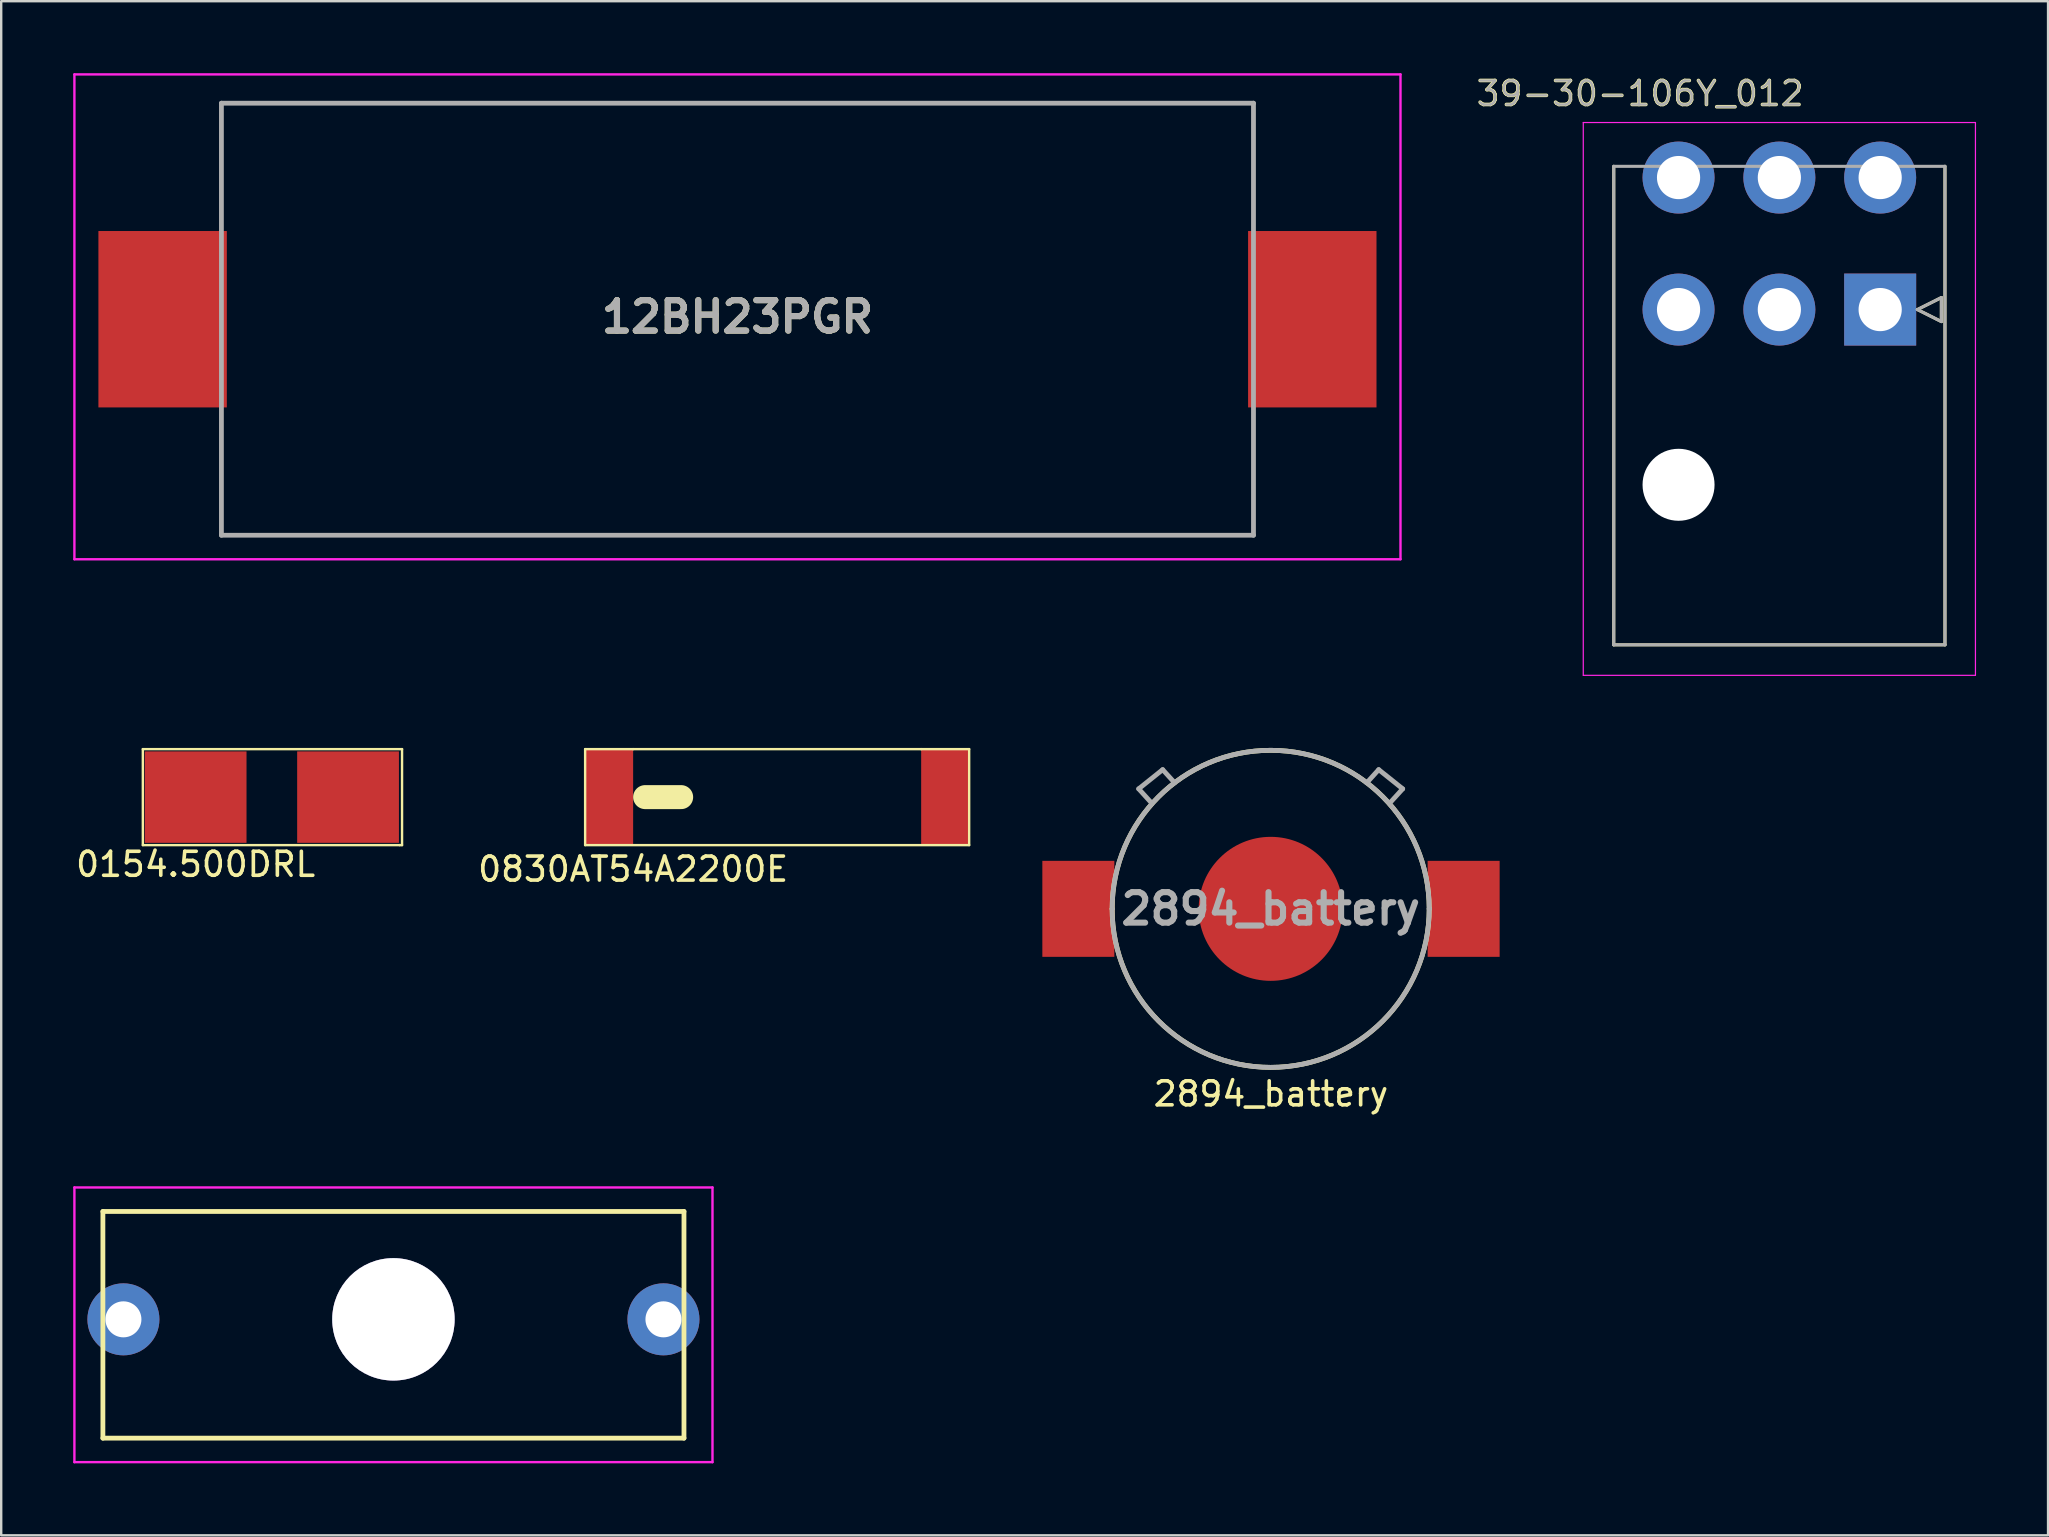
<source format=kicad_pcb>
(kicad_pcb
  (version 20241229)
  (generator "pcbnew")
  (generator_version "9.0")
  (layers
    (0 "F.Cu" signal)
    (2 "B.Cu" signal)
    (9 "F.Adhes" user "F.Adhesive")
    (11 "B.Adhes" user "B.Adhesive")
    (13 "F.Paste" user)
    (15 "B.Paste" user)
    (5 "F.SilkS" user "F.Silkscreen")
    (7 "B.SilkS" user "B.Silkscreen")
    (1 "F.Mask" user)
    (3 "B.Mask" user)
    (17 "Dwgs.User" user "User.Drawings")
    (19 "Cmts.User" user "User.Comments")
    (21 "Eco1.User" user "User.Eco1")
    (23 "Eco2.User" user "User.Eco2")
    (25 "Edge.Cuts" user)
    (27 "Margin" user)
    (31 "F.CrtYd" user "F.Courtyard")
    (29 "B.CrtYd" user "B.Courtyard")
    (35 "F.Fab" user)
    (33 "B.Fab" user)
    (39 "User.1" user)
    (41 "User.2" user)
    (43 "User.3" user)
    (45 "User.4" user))
  (footprint "39-30-106Y_012"
    (layer "F.Cu")
    (at 75.285 9.848)
    (property "Reference" "39-30-106Y_012" (at -10 -9 0) (layer "F.SilkS") (effects (font (size 1 1) (thickness 0.15))))
    (attr through_hole)
    (fp_line (start -11.1 13.968) (end -11.1 -5.968) (stroke (width 0.127) (type solid)) (layer "F.SilkS"))
    (fp_line (start 1.55 0) (end 2.55 -0.5) (stroke (width 0.127) (type solid)) (layer "F.SilkS"))
    (fp_line (start 2.55 -0.5) (end 2.55 0.5) (stroke (width 0.127) (type solid)) (layer "F.SilkS"))
    (fp_line (start 2.55 0.5) (end 1.55 0) (stroke (width 0.127) (type solid)) (layer "F.SilkS"))
    (fp_line (start 2.7 -5.968) (end 2.7 13.968) (stroke (width 0.127) (type solid)) (layer "F.SilkS"))
    (fp_line (start 2.7 13.968) (end -11.1 13.968) (stroke (width 0.127) (type solid)) (layer "F.SilkS"))
    (fp_line (start -12.37 -7.794) (end 3.97 -7.794) (stroke (width 0.05) (type solid)) (layer "F.CrtYd"))
    (fp_line (start -12.37 15.238) (end -12.37 -7.794) (stroke (width 0.05) (type solid)) (layer "F.CrtYd"))
    (fp_line (start 3.97 -7.794) (end 3.97 15.238) (stroke (width 0.05) (type solid)) (layer "F.CrtYd"))
    (fp_line (start 3.97 15.238) (end -12.37 15.238) (stroke (width 0.05) (type solid)) (layer "F.CrtYd"))
    (fp_line (start -11.1 -5.968) (end 2.7 -5.968) (stroke (width 0.127) (type solid)) (layer "F.Fab"))
    (fp_line (start -11.1 13.968) (end -11.1 -5.968) (stroke (width 0.127) (type solid)) (layer "F.Fab"))
    (fp_line (start 1.55 0) (end 2.55 -0.5) (stroke (width 0.127) (type solid)) (layer "F.Fab"))
    (fp_line (start 2.55 -0.5) (end 2.55 0.5) (stroke (width 0.127) (type solid)) (layer "F.Fab"))
    (fp_line (start 2.55 0.5) (end 1.55 0) (stroke (width 0.127) (type solid)) (layer "F.Fab"))
    (fp_line (start 2.7 -5.968) (end 2.7 13.968) (stroke (width 0.127) (type solid)) (layer "F.Fab"))
    (fp_line (start 2.7 13.968) (end -11.1 13.968) (stroke (width 0.127) (type solid)) (layer "F.Fab"))
    (fp_text user "${REFERENCE}" (at -10 -9 0) (layer "F.Fab") (effects (font (size 1 1) (thickness 0.1))))
    (pad "" np_thru_hole circle (at -8.4 7.3) (size 3 3) (drill 3) (layers "*.Cu"))
    (pad "" np_thru_hole circle (at 0 7.3) (size 0.001 0.001) (drill 3) (layers "*.Cu" "*.Mask"))
    (pad "1" thru_hole rect (at 0 0) (size 3 3) (drill 1.8) (layers "*.Cu" "*.Mask"))
    (pad "2" thru_hole circle (at -4.2 0) (size 3 3) (drill 1.8) (layers "*.Cu" "*.Mask"))
    (pad "3" thru_hole circle (at -8.4 0) (size 3 3) (drill 1.8) (layers "*.Cu" "*.Mask"))
    (pad "4" thru_hole circle (at 0 -5.5) (size 3 3) (drill 1.8) (layers "*.Cu" "*.Mask"))
    (pad "5" thru_hole circle (at -4.2 -5.5) (size 3 3) (drill 1.8) (layers "*.Cu" "*.Mask"))
    (pad "6" thru_hole circle (at -8.4 -5.5) (size 3 3) (drill 1.8) (layers "*.Cu" "*.Mask")))
  (footprint "12BH23PGR"
    (layer "F.Cu")
    (at 27.675 10.25)
    (property "Reference" "12BH23PGR" (at 0 -0.1 0) (layer "F.SilkS") (effects (font (size 1.27 1.27) (thickness 0.254))))
    (attr through_hole)
    (fp_line (start -21.5 -9) (end -21 -9) (stroke (width 0.1) (type solid)) (layer "F.SilkS"))
    (fp_line (start -21.5 -5) (end -21.5 -9) (stroke (width 0.1) (type solid)) (layer "F.SilkS"))
    (fp_line (start -21.5 5) (end -21.5 9) (stroke (width 0.1) (type solid)) (layer "F.SilkS"))
    (fp_line (start -21.5 9) (end 21.5 9) (stroke (width 0.1) (type solid)) (layer "F.SilkS"))
    (fp_line (start -17 -9) (end 21.5 -9) (stroke (width 0.1) (type solid)) (layer "F.SilkS"))
    (fp_line (start 21.5 -9) (end 21.5 -5) (stroke (width 0.1) (type solid)) (layer "F.SilkS"))
    (fp_line (start 21.5 9) (end 21.5 5) (stroke (width 0.1) (type solid)) (layer "F.SilkS"))
    (fp_line (start -27.625 -10.2) (end 27.625 -10.2) (stroke (width 0.1) (type solid)) (layer "F.CrtYd"))
    (fp_line (start -27.625 10) (end -27.625 -10.2) (stroke (width 0.1) (type solid)) (layer "F.CrtYd"))
    (fp_line (start 27.625 -10.2) (end 27.625 10) (stroke (width 0.1) (type solid)) (layer "F.CrtYd"))
    (fp_line (start 27.625 10) (end -27.625 10) (stroke (width 0.1) (type solid)) (layer "F.CrtYd"))
    (fp_line (start -21.5 -9) (end 21.5 -9) (stroke (width 0.2) (type solid)) (layer "F.Fab"))
    (fp_line (start -21.5 9) (end -21.5 -9) (stroke (width 0.2) (type solid)) (layer "F.Fab"))
    (fp_line (start 21.5 -9) (end 21.5 9) (stroke (width 0.2) (type solid)) (layer "F.Fab"))
    (fp_line (start 21.5 9) (end -21.5 9) (stroke (width 0.2) (type solid)) (layer "F.Fab"))
    (fp_text user "${REFERENCE}" (at 0 -0.1 0) (layer "F.Fab") (effects (font (size 1.27 1.27) (thickness 0.254))))
    (pad "" np_thru_hole circle (at -18.9 -8.2) (size 0.001 0.001) (drill 2) (layers "*.Cu" "*.Mask"))
    (pad "1" smd rect (at -23.95 0) (size 5.35 7.35) (layers "F.Cu" "F.Mask" "F.Paste"))
    (pad "2" smd rect (at 23.95 0) (size 5.35 7.35) (layers "F.Cu" "F.Mask" "F.Paste")))
  (footprint "2894_battery"
    (layer "F.Cu")
    (at 49.892 34.816)
    (property "Reference" "2894_battery" (at 0.01 7.71 0) (layer "F.SilkS") (effects (font (size 1 1) (thickness 0.15))))
    (attr smd)
    (fp_line (start -5.5 -5) (end -4.5 -5.8) (stroke (width 0.1) (type solid)) (layer "F.SilkS"))
    (fp_line (start -5 -4.45) (end -5.5 -5) (stroke (width 0.1) (type solid)) (layer "F.SilkS"))
    (fp_line (start -4.5 -5.8) (end -4 -5.25) (stroke (width 0.1) (type solid)) (layer "F.SilkS"))
    (fp_line (start 4 -5.25) (end 4.5 -5.8) (stroke (width 0.1) (type solid)) (layer "F.SilkS"))
    (fp_line (start 4.5 -5.8) (end 5.5 -5) (stroke (width 0.1) (type solid)) (layer "F.SilkS"))
    (fp_line (start 5.5 -5) (end 5 -4.45) (stroke (width 0.1) (type solid)) (layer "F.SilkS"))
    (fp_arc (start -6.605 0) (mid 0 -6.605) (end 6.605 0) (stroke (width 0.2) (type solid)) (layer "F.SilkS"))
    (fp_arc (start 6.605 0) (mid 0 6.605) (end -6.605 0) (stroke (width 0.2) (type solid)) (layer "F.SilkS"))
    (fp_line (start -6.605 0) (end -6.605 0) (stroke (width 0.2) (type solid)) (layer "F.Fab"))
    (fp_line (start -5.5 -5) (end -4.5 -5.8) (stroke (width 0.2) (type solid)) (layer "F.Fab"))
    (fp_line (start -5 -4.45) (end -5.5 -5) (stroke (width 0.2) (type solid)) (layer "F.Fab"))
    (fp_line (start -4.5 -5.8) (end -4 -5.25) (stroke (width 0.2) (type solid)) (layer "F.Fab"))
    (fp_line (start 4.5 -5.8) (end 4 -5.25) (stroke (width 0.2) (type solid)) (layer "F.Fab"))
    (fp_line (start 5 -4.45) (end 5.5 -5) (stroke (width 0.2) (type solid)) (layer "F.Fab"))
    (fp_line (start 5.5 -5) (end 4.5 -5.8) (stroke (width 0.2) (type solid)) (layer "F.Fab"))
    (fp_line (start 6.605 0) (end 6.605 0) (stroke (width 0.2) (type solid)) (layer "F.Fab"))
    (fp_arc (start -6.605 0) (mid 0 -6.605) (end 6.605 0) (stroke (width 0.2) (type solid)) (layer "F.Fab"))
    (fp_arc (start 6.604 0) (mid -0.001 6.605) (end -6.606 0) (stroke (width 0.2) (type solid)) (layer "F.Fab"))
    (fp_text user "${REFERENCE}" (at 0 0 0) (layer "F.Fab") (effects (font (size 1.27 1.27) (thickness 0.254))))
    (pad "1" smd rect (at -8.014 0) (size 3 4) (layers "F.Cu" "F.Mask" "F.Paste"))
    (pad "1" smd rect (at 8.039 0) (size 3 4) (layers "F.Cu" "F.Mask" "F.Paste"))
    (pad "2" smd circle (at 0 0) (size 6 6) (layers "F.Cu" "F.Mask" "F.Paste")))
  (footprint "4628"
    (layer "F.Cu")
    (at 2.092 51.919)
    (property "Reference" "4628" (at 11.25 0.228 0) (layer "F.SilkS") (effects (font (size 1.27 1.27) (thickness 0.254))))
    (attr through_hole)
    (fp_line (start -0.855 -4.495) (end 23.355 -4.495) (stroke (width 0.2) (type solid)) (layer "F.SilkS"))
    (fp_line (start -0.855 4.95) (end -0.855 -4.495) (stroke (width 0.2) (type solid)) (layer "F.SilkS"))
    (fp_line (start 23.355 -4.495) (end 23.355 4.95) (stroke (width 0.2) (type solid)) (layer "F.SilkS"))
    (fp_line (start 23.355 4.95) (end -0.855 4.95) (stroke (width 0.2) (type solid)) (layer "F.SilkS"))
    (fp_line (start -2.042 -5.495) (end 24.543 -5.495) (stroke (width 0.1) (type solid)) (layer "F.CrtYd"))
    (fp_line (start -2.042 5.95) (end -2.042 -5.495) (stroke (width 0.1) (type solid)) (layer "F.CrtYd"))
    (fp_line (start 24.543 -5.495) (end 24.543 5.95) (stroke (width 0.1) (type solid)) (layer "F.CrtYd"))
    (fp_line (start 24.543 5.95) (end -2.042 5.95) (stroke (width 0.1) (type solid)) (layer "F.CrtYd"))
    (fp_text user "${REFERENCE}" (at 11.25 0.228 0) (layer "F.Fab") (effects (font (size 1.27 1.27) (thickness 0.254))))
    (pad "" thru_hole circle (at 11.25 0) (size 5.1 5.1) (drill 5.1) (layers "*.Mask"))
    (pad "1" thru_hole circle (at 0 0) (size 3 3) (drill 1.5) (layers "*.Cu" "*.Mask"))
    (pad "2" thru_hole circle (at 22.5 0) (size 3 3) (drill 1.5) (layers "*.Cu" "*.Mask")))
  (footprint "0830AT54A2200E"
    (layer "F.Cu")
    (at 22.329 32.161)
    (property "Reference" "0830AT54A2200E" (at 1 1 0) (layer "F.SilkS") (effects (font (size 1 1) (thickness 0.15))))
    (attr through_hole)
    (fp_line (start -1 -4) (end 1 -4) (stroke (width 0.1) (type solid)) (layer "F.SilkS"))
    (fp_line (start -1 0) (end -1 -4) (stroke (width 0.1) (type solid)) (layer "F.SilkS"))
    (fp_line (start 1 -4) (end 13 -4) (stroke (width 0.1) (type solid)) (layer "F.SilkS"))
    (fp_line (start 1.5 -2) (end 3 -2) (stroke (width 1) (type solid)) (layer "F.SilkS"))
    (fp_line (start 13 -4) (end 15 -4) (stroke (width 0.1) (type solid)) (layer "F.SilkS"))
    (fp_line (start 15 -4) (end 15 0) (stroke (width 0.1) (type solid)) (layer "F.SilkS"))
    (fp_line (start 15 0) (end -1 0) (stroke (width 0.1) (type solid)) (layer "F.SilkS"))
    (pad "" smd rect (at 14 -2) (size 2 4) (layers "F.Cu" "F.Mask" "F.Paste"))
    (pad "1" smd rect (at 0 -2) (size 2 4) (layers "F.Cu" "F.Mask" "F.Paste")))
  (footprint "0154.500DRL"
    (layer "F.Cu")
    (at 8.289 30.161)
    (property "Reference" "0154.500DRL" (at -3.188 2.8 0) (layer "F.SilkS") (effects (font (size 1 1) (thickness 0.15))))
    (attr through_hole)
    (fp_line (start -5.388 -2) (end -5.388 2) (stroke (width 0.1) (type solid)) (layer "F.SilkS"))
    (fp_line (start -5.388 2) (end 5.312 2) (stroke (width 0.1) (type solid)) (layer "F.SilkS"))
    (fp_line (start 5.312 2) (end 5.412 2) (stroke (width 0.1) (type solid)) (layer "F.SilkS"))
    (fp_line (start 5.412 -2) (end -5.388 -2) (stroke (width 0.1) (type solid)) (layer "F.SilkS"))
    (fp_line (start 5.412 2) (end 5.412 -2) (stroke (width 0.1) (type solid)) (layer "F.SilkS"))
    (pad "1" smd rect (at -3.188 0) (size 4.24 3.81) (layers "F.Cu" "F.Mask" "F.Paste"))
    (pad "2" smd rect (at 3.162 0) (size 4.24 3.81) (layers "F.Cu" "F.Mask" "F.Paste")))
  (gr_rect
    (start -3 -3)
    (end 82.28 60.919)
    (stroke (width 0.1) (type default))
    (fill no)
    (layer "Edge.Cuts")))
</source>
